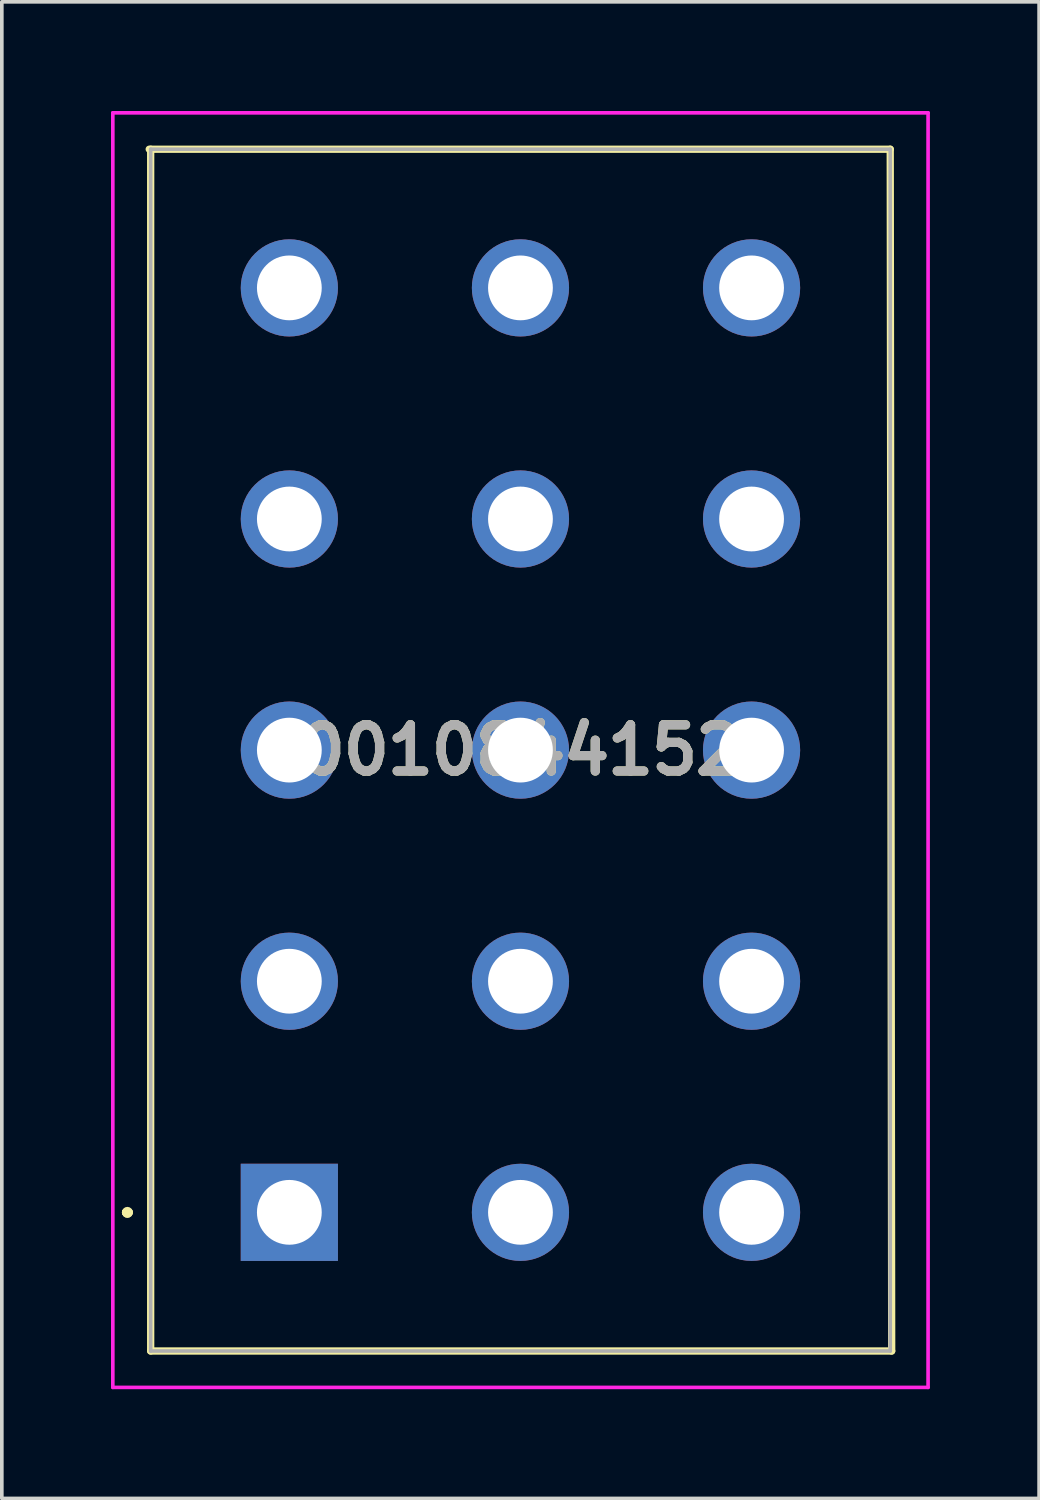
<source format=kicad_pcb>
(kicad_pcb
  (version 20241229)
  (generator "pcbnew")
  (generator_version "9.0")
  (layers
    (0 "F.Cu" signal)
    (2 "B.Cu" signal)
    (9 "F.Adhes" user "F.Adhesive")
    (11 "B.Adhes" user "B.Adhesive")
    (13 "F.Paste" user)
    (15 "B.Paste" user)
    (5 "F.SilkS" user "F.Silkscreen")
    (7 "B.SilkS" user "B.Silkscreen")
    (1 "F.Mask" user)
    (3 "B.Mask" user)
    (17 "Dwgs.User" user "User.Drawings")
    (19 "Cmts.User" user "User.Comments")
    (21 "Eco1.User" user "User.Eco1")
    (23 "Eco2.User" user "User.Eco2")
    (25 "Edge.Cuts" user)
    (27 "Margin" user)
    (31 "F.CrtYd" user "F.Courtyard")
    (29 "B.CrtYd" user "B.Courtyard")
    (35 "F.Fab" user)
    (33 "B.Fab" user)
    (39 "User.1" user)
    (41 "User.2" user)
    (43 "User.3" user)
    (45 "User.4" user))
  (footprint "0010844152"
    (layer "F.Cu")
    (at 4.9 30.26)
    (property "Reference" "0010844152" (at 6.35 -12.7 0) (layer "F.SilkS") (effects (font (size 1.27 1.27) (thickness 0.254))))
    (attr through_hole)
    (fp_line (start -4.5 0) (end -4.5 0) (stroke (width 0.2) (type solid)) (layer "F.SilkS"))
    (fp_line (start -4.5 0) (end -4.5 0) (stroke (width 0.2) (type solid)) (layer "F.SilkS"))
    (fp_line (start -4.4 0) (end -4.4 0) (stroke (width 0.2) (type solid)) (layer "F.SilkS"))
    (fp_line (start -3.81 -29.21) (end -3.81 3.81) (stroke (width 0.2) (type solid)) (layer "F.SilkS"))
    (fp_line (start -3.81 3.81) (end 16.55 3.81) (stroke (width 0.2) (type solid)) (layer "F.SilkS"))
    (fp_line (start 16.51 -29.21) (end -3.85 -29.21) (stroke (width 0.2) (type solid)) (layer "F.SilkS"))
    (fp_line (start 16.55 3.81) (end 16.51 -29.21) (stroke (width 0.2) (type solid)) (layer "F.SilkS"))
    (fp_arc (start -4.5 0) (mid -4.45 -0.05) (end -4.4 0) (stroke (width 0.2) (type solid)) (layer "F.SilkS"))
    (fp_arc (start -4.4 0) (mid -4.45 0.05) (end -4.5 0) (stroke (width 0.2) (type solid)) (layer "F.SilkS"))
    (fp_arc (start -4.4 0) (mid -4.45 0.05) (end -4.5 0) (stroke (width 0.2) (type solid)) (layer "F.SilkS"))
    (fp_line (start -4.85 -30.21) (end 17.55 -30.21) (stroke (width 0.1) (type solid)) (layer "F.CrtYd"))
    (fp_line (start -4.85 4.81) (end -4.85 -30.21) (stroke (width 0.1) (type solid)) (layer "F.CrtYd"))
    (fp_line (start 17.55 -30.21) (end 17.55 4.81) (stroke (width 0.1) (type solid)) (layer "F.CrtYd"))
    (fp_line (start 17.55 4.81) (end -4.85 4.81) (stroke (width 0.1) (type solid)) (layer "F.CrtYd"))
    (fp_line (start -3.81 -29.21) (end -3.81 3.81) (stroke (width 0.1) (type solid)) (layer "F.Fab"))
    (fp_line (start -3.81 3.81) (end 16.51 3.81) (stroke (width 0.1) (type solid)) (layer "F.Fab"))
    (fp_line (start 16.51 -29.21) (end -3.81 -29.21) (stroke (width 0.1) (type solid)) (layer "F.Fab"))
    (fp_line (start 16.51 3.81) (end 16.51 -29.21) (stroke (width 0.1) (type solid)) (layer "F.Fab"))
    (fp_text user "${REFERENCE}" (at 6.35 -12.7 0) (layer "F.Fab") (effects (font (size 1.27 1.27) (thickness 0.254))))
    (pad "1" thru_hole rect (at 0 0) (size 2.67 2.67) (drill 1.78) (layers "*.Cu" "*.Mask"))
    (pad "2" thru_hole circle (at 6.35 0) (size 2.67 2.67) (drill 1.78) (layers "*.Cu" "*.Mask"))
    (pad "3" thru_hole circle (at 12.7 0) (size 2.67 2.67) (drill 1.78) (layers "*.Cu" "*.Mask"))
    (pad "4" thru_hole circle (at 0 -6.35) (size 2.67 2.67) (drill 1.78) (layers "*.Cu" "*.Mask"))
    (pad "5" thru_hole circle (at 6.35 -6.35) (size 2.67 2.67) (drill 1.78) (layers "*.Cu" "*.Mask"))
    (pad "6" thru_hole circle (at 12.7 -6.35) (size 2.67 2.67) (drill 1.78) (layers "*.Cu" "*.Mask"))
    (pad "7" thru_hole circle (at 0 -12.7) (size 2.67 2.67) (drill 1.78) (layers "*.Cu" "*.Mask"))
    (pad "8" thru_hole circle (at 6.35 -12.7) (size 2.67 2.67) (drill 1.78) (layers "*.Cu" "*.Mask"))
    (pad "9" thru_hole circle (at 12.7 -12.7) (size 2.67 2.67) (drill 1.78) (layers "*.Cu" "*.Mask"))
    (pad "10" thru_hole circle (at 0 -19.05) (size 2.67 2.67) (drill 1.78) (layers "*.Cu" "*.Mask"))
    (pad "11" thru_hole circle (at 6.35 -19.05) (size 2.67 2.67) (drill 1.78) (layers "*.Cu" "*.Mask"))
    (pad "12" thru_hole circle (at 12.7 -19.05) (size 2.67 2.67) (drill 1.78) (layers "*.Cu" "*.Mask"))
    (pad "13" thru_hole circle (at 0 -25.4) (size 2.67 2.67) (drill 1.78) (layers "*.Cu" "*.Mask"))
    (pad "14" thru_hole circle (at 6.35 -25.4) (size 2.67 2.67) (drill 1.78) (layers "*.Cu" "*.Mask"))
    (pad "15" thru_hole circle (at 12.7 -25.4) (size 2.67 2.67) (drill 1.78) (layers "*.Cu" "*.Mask")))
  (gr_rect
    (start -3 -3)
    (end 25.5 38.12)
    (stroke (width 0.1) (type default))
    (fill no)
    (layer "Edge.Cuts")))
</source>
